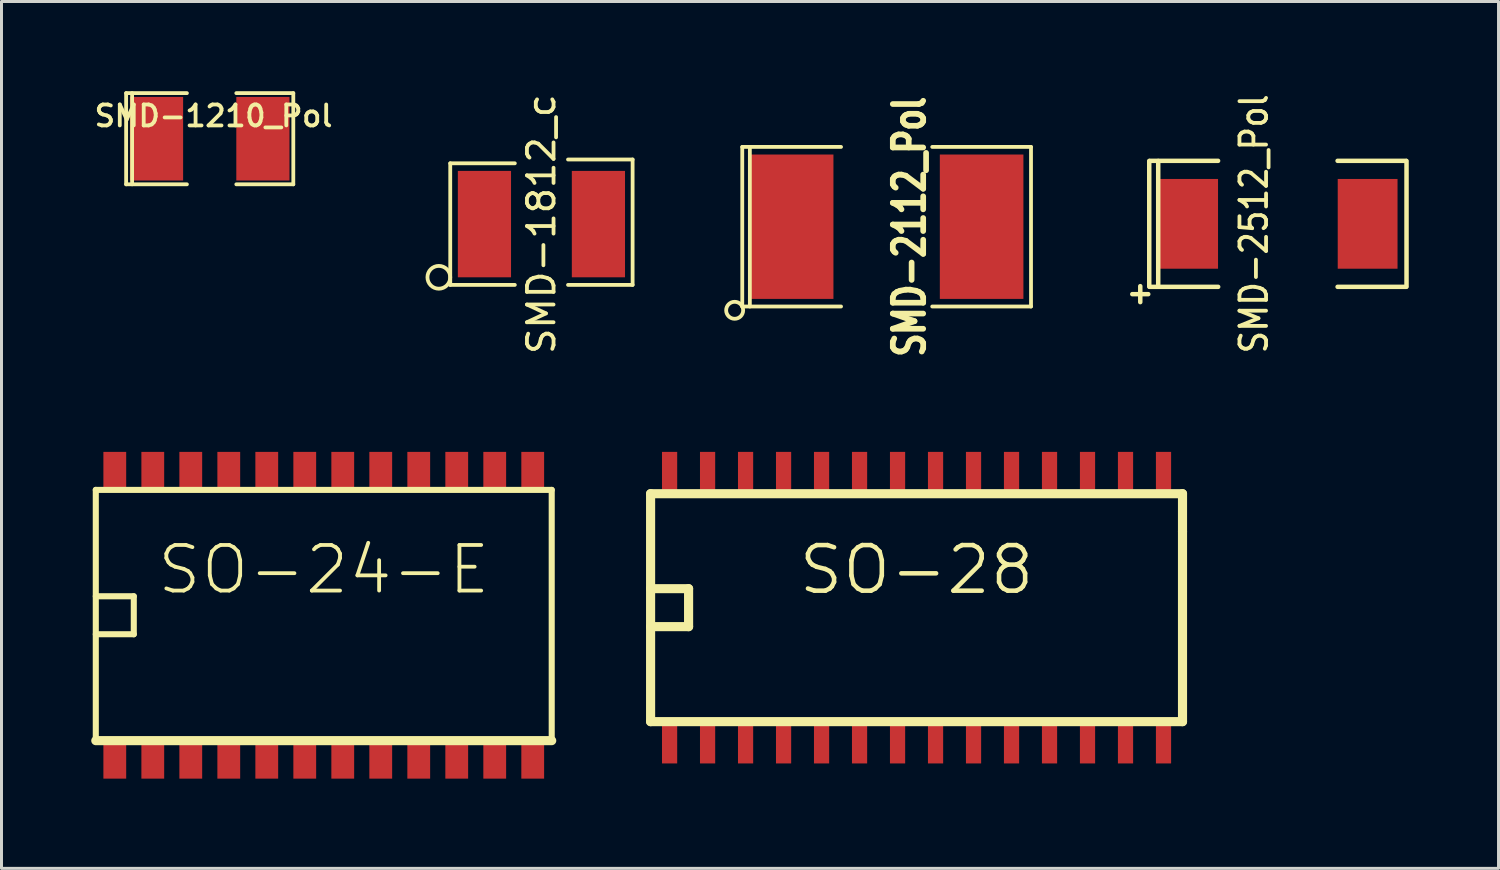
<source format=kicad_pcb>
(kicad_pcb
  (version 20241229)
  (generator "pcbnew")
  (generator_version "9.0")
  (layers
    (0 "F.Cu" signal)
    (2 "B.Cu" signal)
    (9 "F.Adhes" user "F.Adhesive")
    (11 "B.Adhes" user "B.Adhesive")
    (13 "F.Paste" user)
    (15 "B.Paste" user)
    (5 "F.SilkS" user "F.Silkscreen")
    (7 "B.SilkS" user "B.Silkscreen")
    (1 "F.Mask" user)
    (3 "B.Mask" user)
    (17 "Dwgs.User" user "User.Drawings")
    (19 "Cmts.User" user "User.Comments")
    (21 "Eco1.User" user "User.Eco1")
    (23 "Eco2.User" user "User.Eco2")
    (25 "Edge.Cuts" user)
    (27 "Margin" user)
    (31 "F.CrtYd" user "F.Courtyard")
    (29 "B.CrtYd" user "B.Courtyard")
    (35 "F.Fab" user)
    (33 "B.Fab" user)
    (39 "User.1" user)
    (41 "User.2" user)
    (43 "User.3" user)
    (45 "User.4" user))
  (footprint "SO-28"
    (layer "F.Cu")
    (at 27.587 17.262)
    (property "Reference" "SO-28" (at 0 -1.265 0) (layer "F.SilkS") (effects (font (size 1.524 1.524) (thickness 0.152))))
    (attr smd)
    (fp_line (start -8.89 -3.81) (end 8.89 -3.81) (stroke (width 0.305) (type solid)) (layer "F.SilkS"))
    (fp_line (start -8.89 -0.635) (end -7.62 -0.635) (stroke (width 0.305) (type solid)) (layer "F.SilkS"))
    (fp_line (start -8.89 3.81) (end -8.89 -3.81) (stroke (width 0.305) (type solid)) (layer "F.SilkS"))
    (fp_line (start -7.62 -0.635) (end -7.62 0.635) (stroke (width 0.305) (type solid)) (layer "F.SilkS"))
    (fp_line (start -7.62 0.635) (end -8.89 0.635) (stroke (width 0.305) (type solid)) (layer "F.SilkS"))
    (fp_line (start 8.89 -3.81) (end 8.89 -2.54) (stroke (width 0.305) (type solid)) (layer "F.SilkS"))
    (fp_line (start 8.89 -2.54) (end 8.89 3.81) (stroke (width 0.305) (type solid)) (layer "F.SilkS"))
    (fp_line (start 8.89 3.81) (end -8.89 3.81) (stroke (width 0.305) (type solid)) (layer "F.SilkS"))
    (pad "1" smd rect (at -8.255 4.572) (size 0.508 1.27) (layers "F.Cu" "F.Mask" "F.Paste"))
    (pad "2" smd rect (at -6.985 4.572) (size 0.508 1.27) (layers "F.Cu" "F.Mask" "F.Paste"))
    (pad "3" smd rect (at -5.715 4.572) (size 0.508 1.27) (layers "F.Cu" "F.Mask" "F.Paste"))
    (pad "4" smd rect (at -4.445 4.572) (size 0.508 1.27) (layers "F.Cu" "F.Mask" "F.Paste"))
    (pad "5" smd rect (at -3.175 4.572) (size 0.508 1.27) (layers "F.Cu" "F.Mask" "F.Paste"))
    (pad "6" smd rect (at -1.905 4.572) (size 0.508 1.27) (layers "F.Cu" "F.Mask" "F.Paste"))
    (pad "7" smd rect (at -0.635 4.572) (size 0.508 1.27) (layers "F.Cu" "F.Mask" "F.Paste"))
    (pad "8" smd rect (at 0.635 4.572) (size 0.508 1.27) (layers "F.Cu" "F.Mask" "F.Paste"))
    (pad "9" smd rect (at 1.905 4.572) (size 0.508 1.27) (layers "F.Cu" "F.Mask" "F.Paste"))
    (pad "10" smd rect (at 3.175 4.572) (size 0.508 1.27) (layers "F.Cu" "F.Mask" "F.Paste"))
    (pad "11" smd rect (at 4.445 4.572) (size 0.508 1.27) (layers "F.Cu" "F.Mask" "F.Paste"))
    (pad "12" smd rect (at 5.715 4.572) (size 0.508 1.27) (layers "F.Cu" "F.Mask" "F.Paste"))
    (pad "13" smd rect (at 6.985 4.572) (size 0.508 1.27) (layers "F.Cu" "F.Mask" "F.Paste"))
    (pad "14" smd rect (at 8.255 4.572) (size 0.508 1.27) (layers "F.Cu" "F.Mask" "F.Paste"))
    (pad "15" smd rect (at 8.255 -4.572) (size 0.508 1.27) (layers "F.Cu" "F.Mask" "F.Paste"))
    (pad "16" smd rect (at 6.985 -4.572) (size 0.508 1.27) (layers "F.Cu" "F.Mask" "F.Paste"))
    (pad "17" smd rect (at 5.715 -4.572) (size 0.508 1.27) (layers "F.Cu" "F.Mask" "F.Paste"))
    (pad "18" smd rect (at 4.445 -4.572) (size 0.508 1.27) (layers "F.Cu" "F.Mask" "F.Paste"))
    (pad "19" smd rect (at 3.175 -4.572) (size 0.508 1.27) (layers "F.Cu" "F.Mask" "F.Paste"))
    (pad "20" smd rect (at 1.905 -4.572) (size 0.508 1.27) (layers "F.Cu" "F.Mask" "F.Paste"))
    (pad "21" smd rect (at 0.635 -4.572) (size 0.508 1.27) (layers "F.Cu" "F.Mask" "F.Paste"))
    (pad "22" smd rect (at -0.635 -4.572) (size 0.508 1.27) (layers "F.Cu" "F.Mask" "F.Paste"))
    (pad "23" smd rect (at -1.905 -4.572) (size 0.508 1.27) (layers "F.Cu" "F.Mask" "F.Paste"))
    (pad "24" smd rect (at -3.175 -4.572) (size 0.508 1.27) (layers "F.Cu" "F.Mask" "F.Paste"))
    (pad "25" smd rect (at -4.445 -4.572) (size 0.508 1.27) (layers "F.Cu" "F.Mask" "F.Paste"))
    (pad "26" smd rect (at -5.715 -4.572) (size 0.508 1.27) (layers "F.Cu" "F.Mask" "F.Paste"))
    (pad "27" smd rect (at -6.985 -4.572) (size 0.508 1.27) (layers "F.Cu" "F.Mask" "F.Paste"))
    (pad "28" smd rect (at -8.255 -4.572) (size 0.508 1.27) (layers "F.Cu" "F.Mask" "F.Paste")))
  (footprint "SMD-1812_c"
    (layer "F.Cu")
    (at 15.048 4.441)
    (property "Reference" "SMD-1812_c" (at 0 0 90) (layer "F.SilkS") (effects (font (size 0.889 0.889) (thickness 0.127))))
    (attr smd)
    (fp_line (start -3.048 -2.032) (end -3.048 2.032) (stroke (width 0.127) (type solid)) (layer "F.SilkS"))
    (fp_line (start -3.048 2.032) (end -0.889 2.032) (stroke (width 0.127) (type solid)) (layer "F.SilkS"))
    (fp_line (start -0.889 -2.032) (end -3.048 -2.032) (stroke (width 0.127) (type solid)) (layer "F.SilkS"))
    (fp_line (start 0.889 -2.159) (end 3.048 -2.159) (stroke (width 0.127) (type solid)) (layer "F.SilkS"))
    (fp_line (start 3.048 -2.159) (end 3.048 2.032) (stroke (width 0.127) (type solid)) (layer "F.SilkS"))
    (fp_line (start 3.048 2.032) (end 0.889 2.032) (stroke (width 0.127) (type solid)) (layer "F.SilkS"))
    (fp_circle (center -3.429 1.778) (end -3.048 1.778) (stroke (width 0.127) (type solid)) (fill no) (layer "F.SilkS"))
    (pad "1" smd rect (at -1.905 0) (size 1.778 3.556) (layers "F.Cu" "F.Mask" "F.Paste"))
    (pad "2" smd rect (at 1.905 0) (size 1.778 3.556) (layers "F.Cu" "F.Mask" "F.Paste")))
  (footprint "SMD-2512_Pol"
    (layer "F.Cu")
    (at 39.665 4.432)
    (property "Reference" "SMD-2512_Pol" (at -0.8 0 90) (layer "F.SilkS") (effects (font (size 0.889 0.762) (thickness 0.127))))
    (attr smd)
    (fp_line (start -4.3 -2.101) (end -4.3 2.101) (stroke (width 0.15) (type solid)) (layer "F.SilkS"))
    (fp_line (start -4.282 2.106) (end -1.996 2.106) (stroke (width 0.15) (type solid)) (layer "F.SilkS"))
    (fp_line (start -4 -2.101) (end -4 2.101) (stroke (width 0.15) (type solid)) (layer "F.SilkS"))
    (fp_line (start -1.999 -2.106) (end -4.285 -2.106) (stroke (width 0.15) (type solid)) (layer "F.SilkS"))
    (fp_line (start 1.996 2.106) (end 4.282 2.106) (stroke (width 0.15) (type solid)) (layer "F.SilkS"))
    (fp_line (start 4.282 -2.106) (end 1.996 -2.106) (stroke (width 0.15) (type solid)) (layer "F.SilkS"))
    (fp_line (start 4.3 -2.101) (end 4.3 2.101) (stroke (width 0.15) (type solid)) (layer "F.SilkS"))
    (fp_text user "+" (at -4.6 2.301 0) (layer "F.SilkS") (effects (font (size 0.7 0.7) (thickness 0.15))))
    (pad "1" smd rect (at -3 0) (size 1.999 3) (layers "F.Cu" "F.Mask" "F.Paste"))
    (pad "2" smd rect (at 3 0) (size 1.999 3) (layers "F.Cu" "F.Mask" "F.Paste")))
  (footprint "SO-24-E"
    (layer "F.Cu")
    (at 7.772 17.516)
    (property "Reference" "SO-24-E" (at 0 -1.524 0) (layer "F.SilkS") (effects (font (size 1.524 1.524) (thickness 0.127))))
    (attr smd)
    (fp_line (start -7.62 -4.191) (end -7.62 4.191) (stroke (width 0.203) (type solid)) (layer "F.SilkS"))
    (fp_line (start -7.62 -0.635) (end -6.35 -0.635) (stroke (width 0.203) (type solid)) (layer "F.SilkS"))
    (fp_line (start -7.62 4.191) (end 7.62 4.191) (stroke (width 0.305) (type solid)) (layer "F.SilkS"))
    (fp_line (start -6.35 -0.635) (end -6.35 0.635) (stroke (width 0.203) (type solid)) (layer "F.SilkS"))
    (fp_line (start -6.35 0.635) (end -7.62 0.635) (stroke (width 0.203) (type solid)) (layer "F.SilkS"))
    (fp_line (start 7.62 -4.191) (end -7.62 -4.191) (stroke (width 0.203) (type solid)) (layer "F.SilkS"))
    (fp_line (start 7.62 4.191) (end 7.62 -4.191) (stroke (width 0.203) (type solid)) (layer "F.SilkS"))
    (pad "1" smd rect (at -6.985 4.826) (size 0.762 1.27) (layers "F.Cu" "F.Mask" "F.Paste"))
    (pad "2" smd rect (at -5.715 4.826) (size 0.762 1.27) (layers "F.Cu" "F.Mask" "F.Paste"))
    (pad "3" smd rect (at -4.445 4.826) (size 0.762 1.27) (layers "F.Cu" "F.Mask" "F.Paste"))
    (pad "4" smd rect (at -3.175 4.826) (size 0.762 1.27) (layers "F.Cu" "F.Mask" "F.Paste"))
    (pad "5" smd rect (at -1.905 4.826) (size 0.762 1.27) (layers "F.Cu" "F.Mask" "F.Paste"))
    (pad "6" smd rect (at -0.635 4.826) (size 0.762 1.27) (layers "F.Cu" "F.Mask" "F.Paste"))
    (pad "7" smd rect (at 0.635 4.826) (size 0.762 1.27) (layers "F.Cu" "F.Mask" "F.Paste"))
    (pad "8" smd rect (at 1.905 4.826) (size 0.762 1.27) (layers "F.Cu" "F.Mask" "F.Paste"))
    (pad "9" smd rect (at 3.175 4.826) (size 0.762 1.27) (layers "F.Cu" "F.Mask" "F.Paste"))
    (pad "10" smd rect (at 4.445 4.826) (size 0.762 1.27) (layers "F.Cu" "F.Mask" "F.Paste"))
    (pad "11" smd rect (at 5.715 4.826) (size 0.762 1.27) (layers "F.Cu" "F.Mask" "F.Paste"))
    (pad "12" smd rect (at 6.985 4.826) (size 0.762 1.27) (layers "F.Cu" "F.Mask" "F.Paste"))
    (pad "13" smd rect (at 6.985 -4.826) (size 0.762 1.27) (layers "F.Cu" "F.Mask" "F.Paste"))
    (pad "14" smd rect (at 5.715 -4.826) (size 0.762 1.27) (layers "F.Cu" "F.Mask" "F.Paste"))
    (pad "15" smd rect (at 4.445 -4.826) (size 0.762 1.27) (layers "F.Cu" "F.Mask" "F.Paste"))
    (pad "16" smd rect (at 3.175 -4.826) (size 0.762 1.27) (layers "F.Cu" "F.Mask" "F.Paste"))
    (pad "17" smd rect (at 1.905 -4.826) (size 0.762 1.27) (layers "F.Cu" "F.Mask" "F.Paste"))
    (pad "18" smd rect (at 0.635 -4.826) (size 0.762 1.27) (layers "F.Cu" "F.Mask" "F.Paste"))
    (pad "19" smd rect (at -0.635 -4.826) (size 0.762 1.27) (layers "F.Cu" "F.Mask" "F.Paste"))
    (pad "20" smd rect (at -1.905 -4.826) (size 0.762 1.27) (layers "F.Cu" "F.Mask" "F.Paste"))
    (pad "21" smd rect (at -3.175 -4.826) (size 0.762 1.27) (layers "F.Cu" "F.Mask" "F.Paste"))
    (pad "22" smd rect (at -4.445 -4.826) (size 0.762 1.27) (layers "F.Cu" "F.Mask" "F.Paste"))
    (pad "23" smd rect (at -5.715 -4.826) (size 0.762 1.27) (layers "F.Cu" "F.Mask" "F.Paste"))
    (pad "24" smd rect (at -6.985 -4.826) (size 0.762 1.27) (layers "F.Cu" "F.Mask" "F.Paste")))
  (footprint "SMD-2112_Pol"
    (layer "F.Cu")
    (at 26.587 4.528)
    (property "Reference" "SMD-2112_Pol" (at 0.762 0 90) (layer "F.SilkS") (effects (font (size 1.016 0.762) (thickness 0.203))))
    (attr smd)
    (fp_line (start -4.826 -2.667) (end -4.826 2.667) (stroke (width 0.127) (type solid)) (layer "F.SilkS"))
    (fp_line (start -4.572 -2.667) (end -4.572 2.667) (stroke (width 0.127) (type solid)) (layer "F.SilkS"))
    (fp_line (start -1.524 -2.667) (end -4.826 -2.667) (stroke (width 0.127) (type solid)) (layer "F.SilkS"))
    (fp_line (start -1.524 2.667) (end -4.826 2.667) (stroke (width 0.127) (type solid)) (layer "F.SilkS"))
    (fp_line (start 1.524 -2.667) (end 4.826 -2.667) (stroke (width 0.127) (type solid)) (layer "F.SilkS"))
    (fp_line (start 4.826 -2.667) (end 4.826 2.667) (stroke (width 0.127) (type solid)) (layer "F.SilkS"))
    (fp_line (start 4.826 2.667) (end 1.524 2.667) (stroke (width 0.127) (type solid)) (layer "F.SilkS"))
    (fp_circle (center -5.08 2.794) (end -4.826 2.667) (stroke (width 0.127) (type solid)) (fill no) (layer "F.SilkS"))
    (pad "1" smd rect (at -3.175 0) (size 2.794 4.826) (layers "F.Cu" "F.Mask" "F.Paste"))
    (pad "2" smd rect (at 3.175 0) (size 2.794 4.826) (layers "F.Cu" "F.Mask" "F.Paste")))
  (footprint "SMD-1210_Pol"
    (layer "F.Cu")
    (at 3.96 1.587)
    (property "Reference" "SMD-1210_Pol" (at 0.127 -0.762 0) (layer "F.SilkS") (effects (font (size 0.7 0.7) (thickness 0.127))))
    (attr smd)
    (fp_line (start -2.794 -1.524) (end -2.794 1.524) (stroke (width 0.127) (type solid)) (layer "F.SilkS"))
    (fp_line (start -2.794 1.524) (end -0.762 1.524) (stroke (width 0.127) (type solid)) (layer "F.SilkS"))
    (fp_line (start -2.594 -1.524) (end -2.594 1.524) (stroke (width 0.127) (type solid)) (layer "F.SilkS"))
    (fp_line (start -0.762 -1.524) (end -2.794 -1.524) (stroke (width 0.127) (type solid)) (layer "F.SilkS"))
    (fp_line (start 0.889 1.524) (end 2.794 1.524) (stroke (width 0.127) (type solid)) (layer "F.SilkS"))
    (fp_line (start 2.794 -1.524) (end 0.889 -1.524) (stroke (width 0.127) (type solid)) (layer "F.SilkS"))
    (fp_line (start 2.794 1.524) (end 2.794 -1.524) (stroke (width 0.127) (type solid)) (layer "F.SilkS"))
    (pad "1" smd rect (at -1.778 0) (size 1.778 2.794) (layers "F.Cu" "F.Mask" "F.Paste"))
    (pad "2" smd rect (at 1.778 0) (size 1.778 2.794) (layers "F.Cu" "F.Mask" "F.Paste")))
  (gr_rect
    (start -3 -3)
    (end 47.04 25.977)
    (stroke (width 0.1) (type default))
    (fill no)
    (layer "Edge.Cuts")))
</source>
